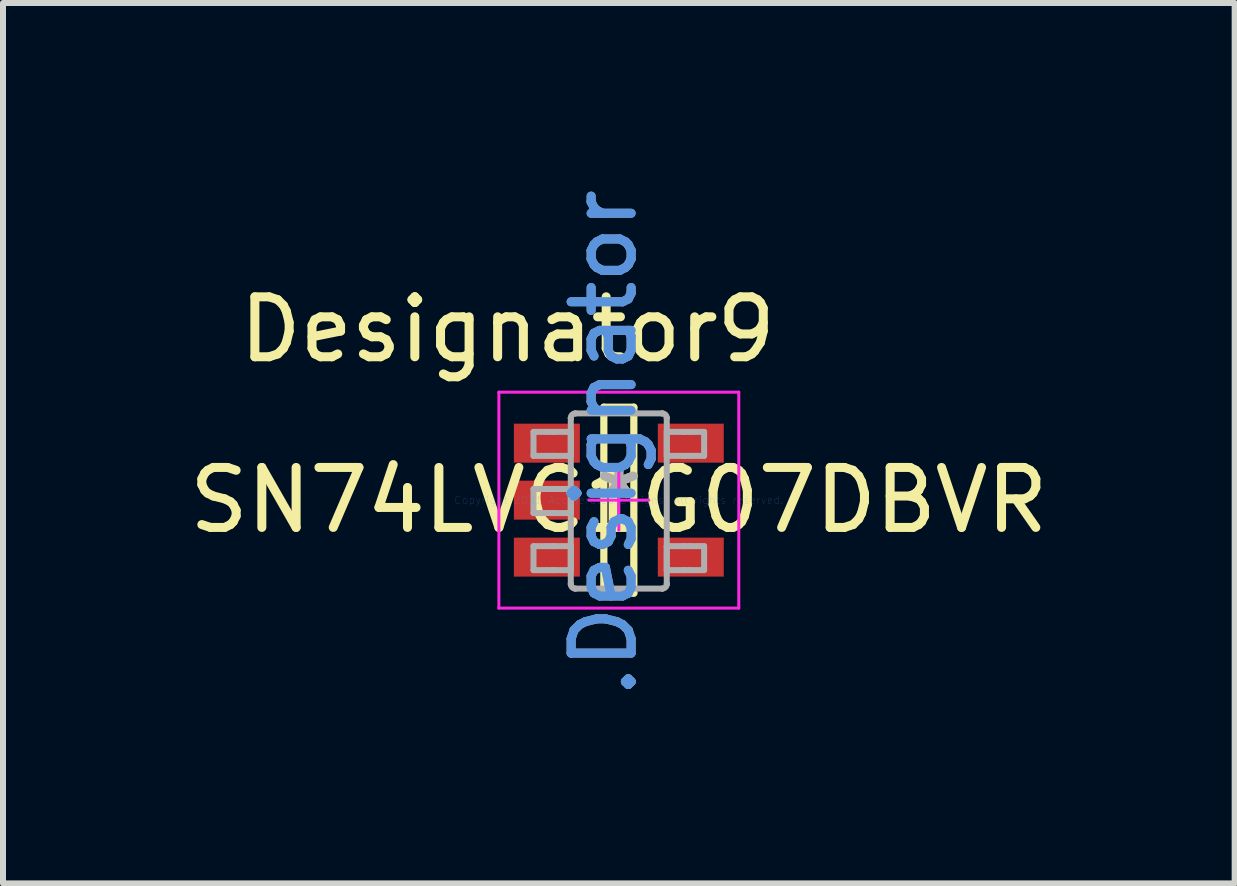
<source format=kicad_pcb>
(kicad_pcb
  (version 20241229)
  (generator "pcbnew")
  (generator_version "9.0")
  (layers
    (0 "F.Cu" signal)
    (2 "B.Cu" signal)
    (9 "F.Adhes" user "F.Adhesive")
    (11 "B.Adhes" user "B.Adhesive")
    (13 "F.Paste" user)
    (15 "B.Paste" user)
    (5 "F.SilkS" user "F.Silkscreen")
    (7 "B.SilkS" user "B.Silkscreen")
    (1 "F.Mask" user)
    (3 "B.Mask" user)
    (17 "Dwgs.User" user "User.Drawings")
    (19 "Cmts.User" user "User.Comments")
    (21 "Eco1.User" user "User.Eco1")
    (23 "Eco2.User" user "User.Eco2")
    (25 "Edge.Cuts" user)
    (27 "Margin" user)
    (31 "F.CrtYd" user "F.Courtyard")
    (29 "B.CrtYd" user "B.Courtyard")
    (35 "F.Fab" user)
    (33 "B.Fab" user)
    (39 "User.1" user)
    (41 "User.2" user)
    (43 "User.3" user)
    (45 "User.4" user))
  (footprint "SN74LVC1G07DBVR"
    (layer "F.Cu")
    (at 7.268 5.289)
    (property "Reference" "SN74LVC1G07DBVR" (at 0 0 0) (layer "F.SilkS") (effects (font (size 1 1) (thickness 0.15))))
    (attr through_hole)
    (fp_line (start -0.25 -1.55) (end 0.25 -1.55) (stroke (width 0.12) (type solid)) (layer "F.SilkS"))
    (fp_line (start -0.25 1.55) (end -0.25 -1.55) (stroke (width 0.12) (type solid)) (layer "F.SilkS"))
    (fp_line (start -0.25 1.55) (end 0.25 1.55) (stroke (width 0.12) (type solid)) (layer "F.SilkS"))
    (fp_line (start 0.25 1.55) (end 0.25 -1.55) (stroke (width 0.12) (type solid)) (layer "F.SilkS"))
    (fp_line (start -2 -1.8) (end 2 -1.8) (stroke (width 0.05) (type solid)) (layer "F.CrtYd"))
    (fp_line (start -2 1.8) (end -2 -1.8) (stroke (width 0.05) (type solid)) (layer "F.CrtYd"))
    (fp_line (start -2 1.8) (end 2 1.8) (stroke (width 0.05) (type solid)) (layer "F.CrtYd"))
    (fp_line (start -0.5 0) (end 0.5 0) (stroke (width 0.05) (type solid)) (layer "F.CrtYd"))
    (fp_line (start 0 0.5) (end 0 -0.5) (stroke (width 0.05) (type solid)) (layer "F.CrtYd"))
    (fp_line (start 2 1.8) (end 2 -1.8) (stroke (width 0.05) (type solid)) (layer "F.CrtYd"))
    (fp_line (start -1.423 -1.138) (end -1.199 -1.138) (stroke (width 0.1) (type solid)) (layer "F.Fab"))
    (fp_line (start -1.423 -0.738) (end -1.423 -1.138) (stroke (width 0.1) (type solid)) (layer "F.Fab"))
    (fp_line (start -1.423 -0.738) (end -1.199 -0.738) (stroke (width 0.1) (type solid)) (layer "F.Fab"))
    (fp_line (start -1.423 -0.186) (end -1.199 -0.186) (stroke (width 0.1) (type solid)) (layer "F.Fab"))
    (fp_line (start -1.423 0.215) (end -1.423 -0.186) (stroke (width 0.1) (type solid)) (layer "F.Fab"))
    (fp_line (start -1.423 0.215) (end -1.199 0.215) (stroke (width 0.1) (type solid)) (layer "F.Fab"))
    (fp_line (start -1.423 0.767) (end -1.199 0.767) (stroke (width 0.1) (type solid)) (layer "F.Fab"))
    (fp_line (start -1.423 1.167) (end -1.423 0.767) (stroke (width 0.1) (type solid)) (layer "F.Fab"))
    (fp_line (start -1.423 1.167) (end -1.199 1.167) (stroke (width 0.1) (type solid)) (layer "F.Fab"))
    (fp_line (start -1.199 -1.138) (end -1.105 -1.138) (stroke (width 0.1) (type solid)) (layer "F.Fab"))
    (fp_line (start -1.199 -0.738) (end -1.105 -0.738) (stroke (width 0.1) (type solid)) (layer "F.Fab"))
    (fp_line (start -1.199 -0.186) (end -1.105 -0.186) (stroke (width 0.1) (type solid)) (layer "F.Fab"))
    (fp_line (start -1.199 0.215) (end -1.105 0.215) (stroke (width 0.1) (type solid)) (layer "F.Fab"))
    (fp_line (start -1.199 0.767) (end -1.105 0.767) (stroke (width 0.1) (type solid)) (layer "F.Fab"))
    (fp_line (start -1.199 1.167) (end -1.105 1.167) (stroke (width 0.1) (type solid)) (layer "F.Fab"))
    (fp_line (start -1.105 -1.138) (end -1.088 -1.138) (stroke (width 0.1) (type solid)) (layer "F.Fab"))
    (fp_line (start -1.105 -0.738) (end -1.088 -0.738) (stroke (width 0.1) (type solid)) (layer "F.Fab"))
    (fp_line (start -1.105 -0.186) (end -1.088 -0.186) (stroke (width 0.1) (type solid)) (layer "F.Fab"))
    (fp_line (start -1.105 0.215) (end -1.088 0.215) (stroke (width 0.1) (type solid)) (layer "F.Fab"))
    (fp_line (start -1.105 0.767) (end -1.088 0.767) (stroke (width 0.1) (type solid)) (layer "F.Fab"))
    (fp_line (start -1.105 1.167) (end -1.088 1.167) (stroke (width 0.1) (type solid)) (layer "F.Fab"))
    (fp_line (start -1.088 -1.138) (end -0.835 -1.138) (stroke (width 0.1) (type solid)) (layer "F.Fab"))
    (fp_line (start -1.088 -0.738) (end -0.835 -0.738) (stroke (width 0.1) (type solid)) (layer "F.Fab"))
    (fp_line (start -1.088 -0.186) (end -0.835 -0.186) (stroke (width 0.1) (type solid)) (layer "F.Fab"))
    (fp_line (start -1.088 0.215) (end -0.835 0.215) (stroke (width 0.1) (type solid)) (layer "F.Fab"))
    (fp_line (start -1.088 0.767) (end -0.835 0.767) (stroke (width 0.1) (type solid)) (layer "F.Fab"))
    (fp_line (start -1.088 1.167) (end -0.835 1.167) (stroke (width 0.1) (type solid)) (layer "F.Fab"))
    (fp_line (start -0.835 -1.138) (end -0.801 -1.138) (stroke (width 0.1) (type solid)) (layer "F.Fab"))
    (fp_line (start -0.835 -0.738) (end -0.801 -0.738) (stroke (width 0.1) (type solid)) (layer "F.Fab"))
    (fp_line (start -0.835 -0.186) (end -0.801 -0.186) (stroke (width 0.1) (type solid)) (layer "F.Fab"))
    (fp_line (start -0.835 0.215) (end -0.801 0.215) (stroke (width 0.1) (type solid)) (layer "F.Fab"))
    (fp_line (start -0.835 0.767) (end -0.801 0.767) (stroke (width 0.1) (type solid)) (layer "F.Fab"))
    (fp_line (start -0.835 1.167) (end -0.801 1.167) (stroke (width 0.1) (type solid)) (layer "F.Fab"))
    (fp_line (start -0.801 -1.37) (end -0.801 -1.371) (stroke (width 0.1) (type solid)) (layer "F.Fab"))
    (fp_line (start -0.801 -0.738) (end -0.801 -1.138) (stroke (width 0.1) (type solid)) (layer "F.Fab"))
    (fp_line (start -0.801 0.215) (end -0.801 -0.186) (stroke (width 0.1) (type solid)) (layer "F.Fab"))
    (fp_line (start -0.801 1.167) (end -0.801 0.767) (stroke (width 0.1) (type solid)) (layer "F.Fab"))
    (fp_line (start -0.801 1.399) (end -0.801 -1.37) (stroke (width 0.1) (type solid)) (layer "F.Fab"))
    (fp_line (start -0.801 1.4) (end -0.801 1.399) (stroke (width 0.1) (type solid)) (layer "F.Fab"))
    (fp_line (start -0.725 -1.446) (end -0.725 -1.446) (stroke (width 0.1) (type solid)) (layer "F.Fab"))
    (fp_line (start -0.725 1.475) (end -0.725 1.475) (stroke (width 0.1) (type solid)) (layer "F.Fab"))
    (fp_line (start -0.725 -1.446) (end 0.723 -1.446) (stroke (width 0.1) (type solid)) (layer "F.Fab"))
    (fp_line (start -0.725 1.475) (end 0.723 1.475) (stroke (width 0.1) (type solid)) (layer "F.Fab"))
    (fp_line (start 0.723 -1.446) (end 0.724 -1.446) (stroke (width 0.1) (type solid)) (layer "F.Fab"))
    (fp_line (start 0.723 1.475) (end 0.724 1.475) (stroke (width 0.1) (type solid)) (layer "F.Fab"))
    (fp_line (start 0.799 -1.37) (end 0.799 -1.371) (stroke (width 0.1) (type solid)) (layer "F.Fab"))
    (fp_line (start 0.799 -1.138) (end 0.834 -1.138) (stroke (width 0.1) (type solid)) (layer "F.Fab"))
    (fp_line (start 0.799 -0.738) (end 0.799 -1.138) (stroke (width 0.1) (type solid)) (layer "F.Fab"))
    (fp_line (start 0.799 -0.738) (end 0.834 -0.738) (stroke (width 0.1) (type solid)) (layer "F.Fab"))
    (fp_line (start 0.799 0.767) (end 0.834 0.767) (stroke (width 0.1) (type solid)) (layer "F.Fab"))
    (fp_line (start 0.799 1.167) (end 0.799 0.767) (stroke (width 0.1) (type solid)) (layer "F.Fab"))
    (fp_line (start 0.799 1.167) (end 0.834 1.167) (stroke (width 0.1) (type solid)) (layer "F.Fab"))
    (fp_line (start 0.799 1.399) (end 0.799 -1.37) (stroke (width 0.1) (type solid)) (layer "F.Fab"))
    (fp_line (start 0.799 1.4) (end 0.799 1.399) (stroke (width 0.1) (type solid)) (layer "F.Fab"))
    (fp_line (start 0.834 -1.138) (end 1.087 -1.138) (stroke (width 0.1) (type solid)) (layer "F.Fab"))
    (fp_line (start 0.834 -0.738) (end 1.087 -0.738) (stroke (width 0.1) (type solid)) (layer "F.Fab"))
    (fp_line (start 0.834 0.767) (end 1.087 0.767) (stroke (width 0.1) (type solid)) (layer "F.Fab"))
    (fp_line (start 0.834 1.167) (end 1.087 1.167) (stroke (width 0.1) (type solid)) (layer "F.Fab"))
    (fp_line (start 1.087 -1.138) (end 1.103 -1.138) (stroke (width 0.1) (type solid)) (layer "F.Fab"))
    (fp_line (start 1.087 -0.738) (end 1.103 -0.738) (stroke (width 0.1) (type solid)) (layer "F.Fab"))
    (fp_line (start 1.087 0.767) (end 1.103 0.767) (stroke (width 0.1) (type solid)) (layer "F.Fab"))
    (fp_line (start 1.087 1.167) (end 1.103 1.167) (stroke (width 0.1) (type solid)) (layer "F.Fab"))
    (fp_line (start 1.103 -1.138) (end 1.198 -1.138) (stroke (width 0.1) (type solid)) (layer "F.Fab"))
    (fp_line (start 1.103 -0.738) (end 1.198 -0.738) (stroke (width 0.1) (type solid)) (layer "F.Fab"))
    (fp_line (start 1.103 0.767) (end 1.198 0.767) (stroke (width 0.1) (type solid)) (layer "F.Fab"))
    (fp_line (start 1.103 1.167) (end 1.198 1.167) (stroke (width 0.1) (type solid)) (layer "F.Fab"))
    (fp_line (start 1.198 -1.138) (end 1.422 -1.138) (stroke (width 0.1) (type solid)) (layer "F.Fab"))
    (fp_line (start 1.198 -0.738) (end 1.422 -0.738) (stroke (width 0.1) (type solid)) (layer "F.Fab"))
    (fp_line (start 1.198 0.767) (end 1.422 0.767) (stroke (width 0.1) (type solid)) (layer "F.Fab"))
    (fp_line (start 1.198 1.167) (end 1.422 1.167) (stroke (width 0.1) (type solid)) (layer "F.Fab"))
    (fp_line (start 1.422 -0.738) (end 1.422 -1.138) (stroke (width 0.1) (type solid)) (layer "F.Fab"))
    (fp_line (start 1.422 1.167) (end 1.422 0.767) (stroke (width 0.1) (type solid)) (layer "F.Fab"))
    (fp_arc (start -0.80074 -1.370841) (mid -0.778218 -1.423887) (end -0.724999 -1.445998) (stroke (width 0.1) (type solid)) (layer "F.Fab"))
    (fp_arc (start -0.724999 1.474999) (mid -0.778213 1.452901) (end -0.80074 1.399867) (stroke (width 0.1) (type solid)) (layer "F.Fab"))
    (fp_arc (start 0.723715 -1.445998) (mid 0.776933 -1.423886) (end 0.799455 -1.37084) (stroke (width 0.1) (type solid)) (layer "F.Fab"))
    (fp_arc (start 0.799456 1.399868) (mid 0.776928 1.452902) (end 0.723713 1.475) (stroke (width 0.1) (type solid)) (layer "F.Fab"))
    (fp_text user "*" (at 0 0 0) (layer "F.SilkS") (effects (font (size 1 1) (thickness 0.15))))
    (fp_text user "Designator9" (at -1.854 -2.845 0) (layer "F.SilkS") (effects (font (size 1 1) (thickness 0.15))))
    (fp_text user ".Designator" (at -0.25 -0.95 270) (layer "Cmts.User") (effects (font (size 1 1) (thickness 0.15))))
    (fp_text user "Copyright 2021 Accelerated Designs. All rights reserved." (at 0 0 0) (layer "Cmts.User") (effects (font (size 0.127 0.127) (thickness 0.002))))
    (fp_text user "*" (at 0 0 0) (layer "F.Fab") (effects (font (size 1 1) (thickness 0.15))))
    (fp_text user ".Designator" (at -0.25 -0.95 270) (layer "F.Fab") (effects (font (size 1 1) (thickness 0.15))))
    (pad "1" smd rect (at -1.2 -0.95 90) (size 0.65 1.1) (layers "F.Cu" "F.Mask" "F.Paste"))
    (pad "2" smd rect (at -1.2 0 90) (size 0.65 1.1) (layers "F.Cu" "F.Mask" "F.Paste"))
    (pad "3" smd rect (at -1.2 0.95 90) (size 0.65 1.1) (layers "F.Cu" "F.Mask" "F.Paste"))
    (pad "4" smd rect (at 1.2 0.95 90) (size 0.65 1.1) (layers "F.Cu" "F.Mask" "F.Paste"))
    (pad "5" smd rect (at 1.2 -0.95 90) (size 0.65 1.1) (layers "F.Cu" "F.Mask" "F.Paste")))
  (gr_rect
    (start -3 -3)
    (end 17.536 11.679)
    (stroke (width 0.1) (type default))
    (fill no)
    (layer "Edge.Cuts")))
</source>
